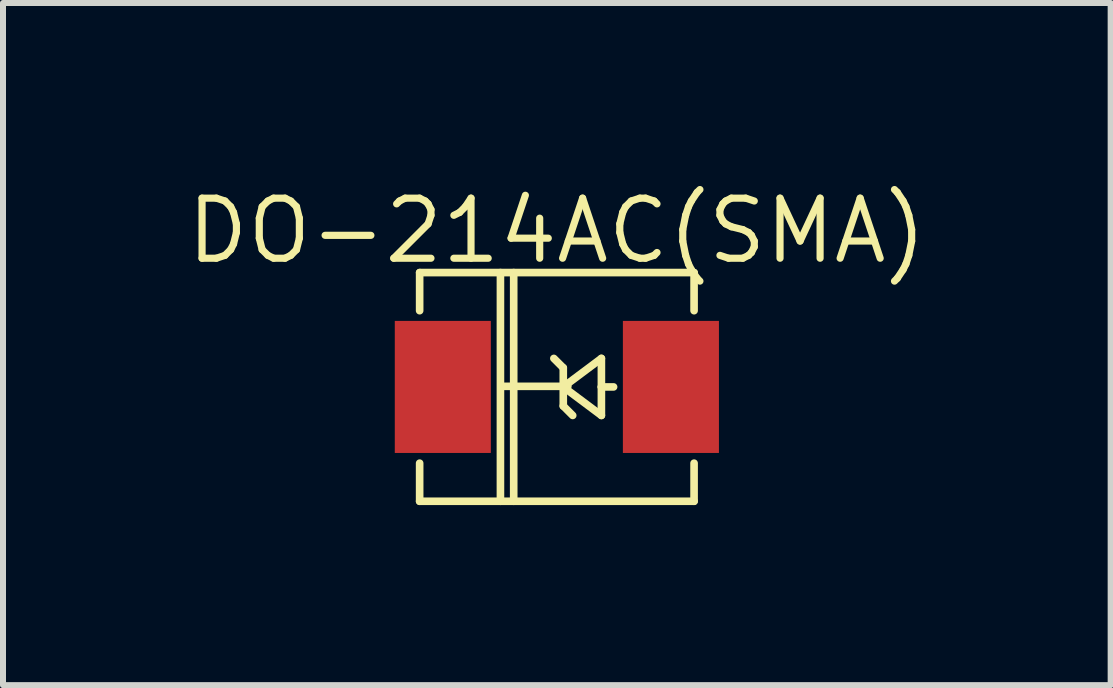
<source format=kicad_pcb>
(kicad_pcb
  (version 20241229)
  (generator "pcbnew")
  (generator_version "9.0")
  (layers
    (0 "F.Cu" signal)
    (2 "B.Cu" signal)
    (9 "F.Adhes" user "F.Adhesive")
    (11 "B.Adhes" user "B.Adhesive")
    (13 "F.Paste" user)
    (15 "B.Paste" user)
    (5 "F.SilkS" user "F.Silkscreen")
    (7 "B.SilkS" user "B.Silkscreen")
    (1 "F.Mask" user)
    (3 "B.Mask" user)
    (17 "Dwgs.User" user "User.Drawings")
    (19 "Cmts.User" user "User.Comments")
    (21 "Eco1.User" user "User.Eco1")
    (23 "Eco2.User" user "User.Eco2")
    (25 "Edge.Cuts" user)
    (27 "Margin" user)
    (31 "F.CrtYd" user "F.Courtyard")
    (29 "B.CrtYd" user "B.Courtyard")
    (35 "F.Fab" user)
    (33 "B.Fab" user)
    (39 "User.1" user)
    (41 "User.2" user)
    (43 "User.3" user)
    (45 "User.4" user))
  (footprint "DO-214AC(SMA)"
    (layer "F.Cu")
    (at 6.227 3.396)
    (property "Reference" "DO-214AC(SMA)" (at 0 -2.601 0) (layer "F.SilkS") (effects (font (size 1.001 1.001) (thickness 0.119))))
    (attr smd)
    (fp_line (start -2.286 -1.905) (end 2.286 -1.905) (stroke (width 0.127) (type solid)) (layer "F.SilkS"))
    (fp_line (start -2.286 -1.27) (end -2.286 -1.905) (stroke (width 0.127) (type solid)) (layer "F.SilkS"))
    (fp_line (start -2.286 1.27) (end -2.286 1.905) (stroke (width 0.127) (type solid)) (layer "F.SilkS"))
    (fp_line (start -2.286 1.905) (end 2.286 1.905) (stroke (width 0.127) (type solid)) (layer "F.SilkS"))
    (fp_line (start -0.94 1.905) (end -0.94 -1.905) (stroke (width 0.127) (type solid)) (layer "F.SilkS"))
    (fp_line (start -0.927 -0.01) (end 0.183 -0.01) (stroke (width 0.127) (type solid)) (layer "F.SilkS"))
    (fp_line (start -0.719 1.905) (end -0.719 -1.905) (stroke (width 0.127) (type solid)) (layer "F.SilkS"))
    (fp_line (start 0.107 -0.318) (end -0.05 -0.475) (stroke (width 0.127) (type solid)) (layer "F.SilkS"))
    (fp_line (start 0.107 0) (end 0.107 -0.318) (stroke (width 0.127) (type solid)) (layer "F.SilkS"))
    (fp_line (start 0.107 0) (end 0.107 0.318) (stroke (width 0.127) (type solid)) (layer "F.SilkS"))
    (fp_line (start 0.107 0) (end 0.742 0.475) (stroke (width 0.127) (type solid)) (layer "F.SilkS"))
    (fp_line (start 0.107 0.318) (end 0.264 0.475) (stroke (width 0.127) (type solid)) (layer "F.SilkS"))
    (fp_line (start 0.742 -0.475) (end 0.107 0) (stroke (width 0.127) (type solid)) (layer "F.SilkS"))
    (fp_line (start 0.742 0) (end 0.742 -0.475) (stroke (width 0.127) (type solid)) (layer "F.SilkS"))
    (fp_line (start 0.742 0) (end 0.945 0) (stroke (width 0.127) (type solid)) (layer "F.SilkS"))
    (fp_line (start 0.742 0.475) (end 0.742 0) (stroke (width 0.127) (type solid)) (layer "F.SilkS"))
    (fp_line (start 2.286 -1.905) (end 2.286 -1.27) (stroke (width 0.127) (type solid)) (layer "F.SilkS"))
    (fp_line (start 2.286 1.905) (end 2.286 1.27) (stroke (width 0.127) (type solid)) (layer "F.SilkS"))
    (pad "1" smd rect (at -1.9 0) (size 1.6 2.2) (layers "F.Cu" "F.Mask" "F.Paste"))
    (pad "2" smd rect (at 1.9 0) (size 1.6 2.2) (layers "F.Cu" "F.Mask" "F.Paste")))
  (gr_rect
    (start -3 -3)
    (end 15.453 8.364)
    (stroke (width 0.1) (type default))
    (fill no)
    (layer "Edge.Cuts")))
</source>
